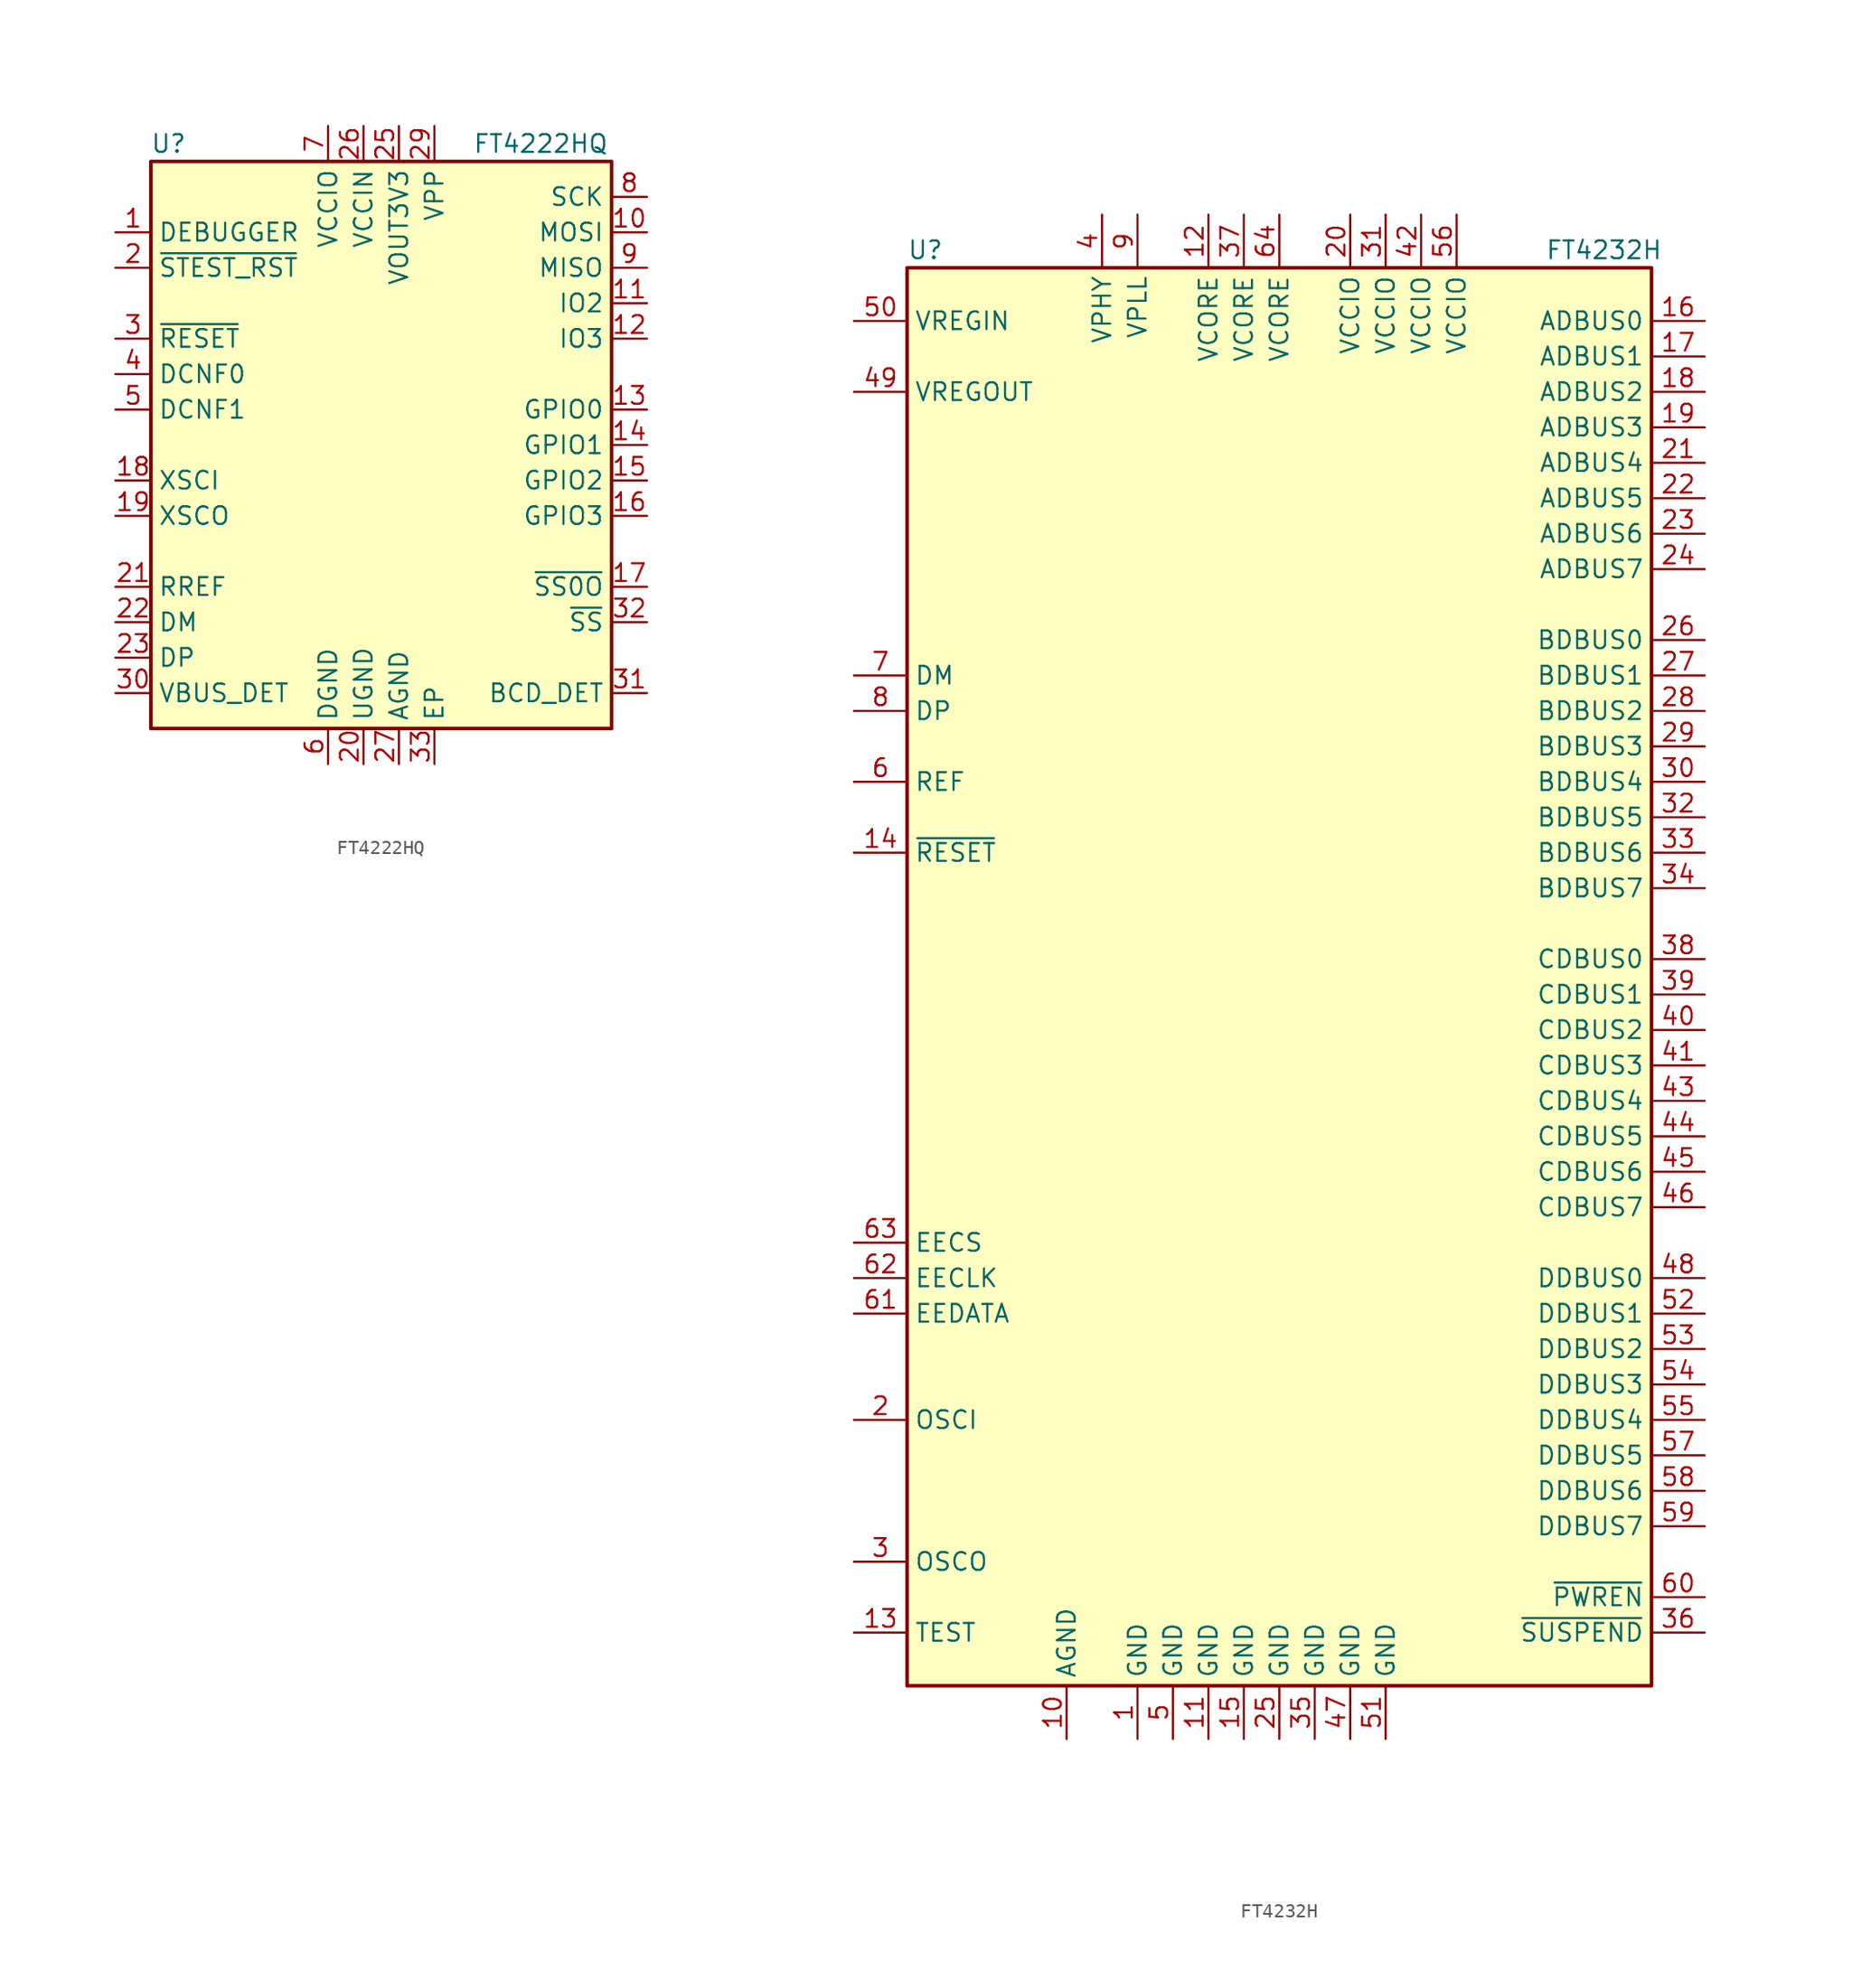
<source format=kicad_sym>
(kicad_symbol_lib
  (version 20220914)
  (generator kicad_symbol_editor)
  (symbol "FT4222HQ"
    (property "Reference" "U"
      (at -16.51 21.59 0)
      (effects (font (size 1.27 1.27))))
    (property "Value" "FT4222HQ"
      (at 10.16 21.59 0)
      (effects (font (size 1.27 1.27))))
    (symbol "FT4222HQ_0_1"
      (rectangle (start 15.24 20.32) (end -17.78 -20.32) (stroke (width 0.254) (type default)) (fill (type background))))
    (symbol "FT4222HQ_1_1"
      (pin bidirectional line (at -20.32 15.24 0) (length 2.54) (name "DEBUGGER" (effects (font (size 1.27 1.27)))) (number "1" (effects (font (size 1.27 1.27)))))
      (pin bidirectional line (at 17.78 15.24 180) (length 2.54) (name "MOSI" (effects (font (size 1.27 1.27)))) (number "10" (effects (font (size 1.27 1.27)))))
      (pin bidirectional line (at 17.78 10.16 180) (length 2.54) (name "IO2" (effects (font (size 1.27 1.27)))) (number "11" (effects (font (size 1.27 1.27)))))
      (pin bidirectional line (at 17.78 7.62 180) (length 2.54) (name "IO3" (effects (font (size 1.27 1.27)))) (number "12" (effects (font (size 1.27 1.27)))))
      (pin bidirectional line (at 17.78 2.54 180) (length 2.54) (name "GPIO0" (effects (font (size 1.27 1.27)))) (number "13" (effects (font (size 1.27 1.27)))))
      (pin bidirectional line (at 17.78 0 180) (length 2.54) (name "GPIO1" (effects (font (size 1.27 1.27)))) (number "14" (effects (font (size 1.27 1.27)))))
      (pin bidirectional line (at 17.78 -2.54 180) (length 2.54) (name "GPIO2" (effects (font (size 1.27 1.27)))) (number "15" (effects (font (size 1.27 1.27)))))
      (pin bidirectional line (at 17.78 -5.08 180) (length 2.54) (name "GPIO3" (effects (font (size 1.27 1.27)))) (number "16" (effects (font (size 1.27 1.27)))))
      (pin output line (at 17.78 -10.16 180) (length 2.54) (name "~{SS0O}" (effects (font (size 1.27 1.27)))) (number "17" (effects (font (size 1.27 1.27)))))
      (pin input line (at -20.32 -2.54 0) (length 2.54) (name "XSCI" (effects (font (size 1.27 1.27)))) (number "18" (effects (font (size 1.27 1.27)))))
      (pin output line (at -20.32 -5.08 0) (length 2.54) (name "XSCO" (effects (font (size 1.27 1.27)))) (number "19" (effects (font (size 1.27 1.27)))))
      (pin input line (at -20.32 12.7 0) (length 2.54) (name "~{STEST_RST}" (effects (font (size 1.27 1.27)))) (number "2" (effects (font (size 1.27 1.27)))))
      (pin power_in line (at -2.54 -22.86 90) (length 2.54) (name "UGND" (effects (font (size 1.27 1.27)))) (number "20" (effects (font (size 1.27 1.27)))))
      (pin input line (at -20.32 -10.16 0) (length 2.54) (name "RREF" (effects (font (size 1.27 1.27)))) (number "21" (effects (font (size 1.27 1.27)))))
      (pin bidirectional line (at -20.32 -12.7 0) (length 2.54) (name "DM" (effects (font (size 1.27 1.27)))) (number "22" (effects (font (size 1.27 1.27)))))
      (pin bidirectional line (at -20.32 -15.24 0) (length 2.54) (name "DP" (effects (font (size 1.27 1.27)))) (number "23" (effects (font (size 1.27 1.27)))))
      (pin passive line (at -2.54 -22.86 90) (length 2.54) hide (name "UGND" (effects (font (size 1.27 1.27)))) (number "24" (effects (font (size 1.27 1.27)))))
      (pin unspecified line (at 0 22.86 270) (length 2.54) (name "VOUT3V3" (effects (font (size 1.27 1.27)))) (number "25" (effects (font (size 1.27 1.27)))))
      (pin power_in line (at -2.54 22.86 270) (length 2.54) (name "VCCIN" (effects (font (size 1.27 1.27)))) (number "26" (effects (font (size 1.27 1.27)))))
      (pin power_in line (at 0 -22.86 90) (length 2.54) (name "AGND" (effects (font (size 1.27 1.27)))) (number "27" (effects (font (size 1.27 1.27)))))
      (pin passive line (at -5.08 -22.86 90) (length 2.54) hide (name "DGND" (effects (font (size 1.27 1.27)))) (number "28" (effects (font (size 1.27 1.27)))))
      (pin power_in line (at 2.54 22.86 270) (length 2.54) (name "VPP" (effects (font (size 1.27 1.27)))) (number "29" (effects (font (size 1.27 1.27)))))
      (pin input line (at -20.32 7.62 0) (length 2.54) (name "~{RESET}" (effects (font (size 1.27 1.27)))) (number "3" (effects (font (size 1.27 1.27)))))
      (pin input line (at -20.32 -17.78 0) (length 2.54) (name "VBUS_DET" (effects (font (size 1.27 1.27)))) (number "30" (effects (font (size 1.27 1.27)))))
      (pin output line (at 17.78 -17.78 180) (length 2.54) (name "BCD_DET" (effects (font (size 1.27 1.27)))) (number "31" (effects (font (size 1.27 1.27)))))
      (pin input line (at 17.78 -12.7 180) (length 2.54) (name "~{SS}" (effects (font (size 1.27 1.27)))) (number "32" (effects (font (size 1.27 1.27)))))
      (pin power_in line (at 2.54 -22.86 90) (length 2.54) (name "EP" (effects (font (size 1.27 1.27)))) (number "33" (effects (font (size 1.27 1.27)))))
      (pin input line (at -20.32 5.08 0) (length 2.54) (name "DCNF0" (effects (font (size 1.27 1.27)))) (number "4" (effects (font (size 1.27 1.27)))))
      (pin input line (at -20.32 2.54 0) (length 2.54) (name "DCNF1" (effects (font (size 1.27 1.27)))) (number "5" (effects (font (size 1.27 1.27)))))
      (pin power_in line (at -5.08 -22.86 90) (length 2.54) (name "DGND" (effects (font (size 1.27 1.27)))) (number "6" (effects (font (size 1.27 1.27)))))
      (pin power_in line (at -5.08 22.86 270) (length 2.54) (name "VCCIO" (effects (font (size 1.27 1.27)))) (number "7" (effects (font (size 1.27 1.27)))))
      (pin bidirectional line (at 17.78 17.78 180) (length 2.54) (name "SCK" (effects (font (size 1.27 1.27)))) (number "8" (effects (font (size 1.27 1.27)))))
      (pin bidirectional line (at 17.78 12.7 180) (length 2.54) (name "MISO" (effects (font (size 1.27 1.27)))) (number "9" (effects (font (size 1.27 1.27)))))))
  (symbol "FT4232H"
    (property "Reference" "U"
      (at -26.67 53.34 0)
      (effects (font (size 1.27 1.27)) (justify left)))
    (property "Value" "FT4232H"
      (at 19.05 53.34 0)
      (effects (font (size 1.27 1.27)) (justify left)))
    (symbol "FT4232H_0_1"
      (rectangle (start -26.67 -49.53) (end 26.67 52.07) (stroke (width 0.254) (type default)) (fill (type background))))
    (symbol "FT4232H_1_1"
      (pin power_in line (at -10.16 -53.34 90) (length 3.81) (name "GND" (effects (font (size 1.27 1.27)))) (number "1" (effects (font (size 1.27 1.27)))))
      (pin power_in line (at -15.24 -53.34 90) (length 3.81) (name "AGND" (effects (font (size 1.27 1.27)))) (number "10" (effects (font (size 1.27 1.27)))))
      (pin power_in line (at -5.08 -53.34 90) (length 3.81) (name "GND" (effects (font (size 1.27 1.27)))) (number "11" (effects (font (size 1.27 1.27)))))
      (pin power_in line (at -5.08 55.88 270) (length 3.81) (name "VCORE" (effects (font (size 1.27 1.27)))) (number "12" (effects (font (size 1.27 1.27)))))
      (pin input line (at -30.48 -45.72 0) (length 3.81) (name "TEST" (effects (font (size 1.27 1.27)))) (number "13" (effects (font (size 1.27 1.27)))))
      (pin input line (at -30.48 10.16 0) (length 3.81) (name "~{RESET}" (effects (font (size 1.27 1.27)))) (number "14" (effects (font (size 1.27 1.27)))))
      (pin power_in line (at -2.54 -53.34 90) (length 3.81) (name "GND" (effects (font (size 1.27 1.27)))) (number "15" (effects (font (size 1.27 1.27)))))
      (pin bidirectional line (at 30.48 48.26 180) (length 3.81) (name "ADBUS0" (effects (font (size 1.27 1.27)))) (number "16" (effects (font (size 1.27 1.27)))))
      (pin bidirectional line (at 30.48 45.72 180) (length 3.81) (name "ADBUS1" (effects (font (size 1.27 1.27)))) (number "17" (effects (font (size 1.27 1.27)))))
      (pin bidirectional line (at 30.48 43.18 180) (length 3.81) (name "ADBUS2" (effects (font (size 1.27 1.27)))) (number "18" (effects (font (size 1.27 1.27)))))
      (pin bidirectional line (at 30.48 40.64 180) (length 3.81) (name "ADBUS3" (effects (font (size 1.27 1.27)))) (number "19" (effects (font (size 1.27 1.27)))))
      (pin input line (at -30.48 -30.48 0) (length 3.81) (name "OSCI" (effects (font (size 1.27 1.27)))) (number "2" (effects (font (size 1.27 1.27)))))
      (pin power_in line (at 5.08 55.88 270) (length 3.81) (name "VCCIO" (effects (font (size 1.27 1.27)))) (number "20" (effects (font (size 1.27 1.27)))))
      (pin bidirectional line (at 30.48 38.1 180) (length 3.81) (name "ADBUS4" (effects (font (size 1.27 1.27)))) (number "21" (effects (font (size 1.27 1.27)))))
      (pin bidirectional line (at 30.48 35.56 180) (length 3.81) (name "ADBUS5" (effects (font (size 1.27 1.27)))) (number "22" (effects (font (size 1.27 1.27)))))
      (pin bidirectional line (at 30.48 33.02 180) (length 3.81) (name "ADBUS6" (effects (font (size 1.27 1.27)))) (number "23" (effects (font (size 1.27 1.27)))))
      (pin bidirectional line (at 30.48 30.48 180) (length 3.81) (name "ADBUS7" (effects (font (size 1.27 1.27)))) (number "24" (effects (font (size 1.27 1.27)))))
      (pin power_in line (at 0 -53.34 90) (length 3.81) (name "GND" (effects (font (size 1.27 1.27)))) (number "25" (effects (font (size 1.27 1.27)))))
      (pin bidirectional line (at 30.48 25.4 180) (length 3.81) (name "BDBUS0" (effects (font (size 1.27 1.27)))) (number "26" (effects (font (size 1.27 1.27)))))
      (pin bidirectional line (at 30.48 22.86 180) (length 3.81) (name "BDBUS1" (effects (font (size 1.27 1.27)))) (number "27" (effects (font (size 1.27 1.27)))))
      (pin bidirectional line (at 30.48 20.32 180) (length 3.81) (name "BDBUS2" (effects (font (size 1.27 1.27)))) (number "28" (effects (font (size 1.27 1.27)))))
      (pin bidirectional line (at 30.48 17.78 180) (length 3.81) (name "BDBUS3" (effects (font (size 1.27 1.27)))) (number "29" (effects (font (size 1.27 1.27)))))
      (pin output line (at -30.48 -40.64 0) (length 3.81) (name "OSCO" (effects (font (size 1.27 1.27)))) (number "3" (effects (font (size 1.27 1.27)))))
      (pin bidirectional line (at 30.48 15.24 180) (length 3.81) (name "BDBUS4" (effects (font (size 1.27 1.27)))) (number "30" (effects (font (size 1.27 1.27)))))
      (pin power_in line (at 7.62 55.88 270) (length 3.81) (name "VCCIO" (effects (font (size 1.27 1.27)))) (number "31" (effects (font (size 1.27 1.27)))))
      (pin bidirectional line (at 30.48 12.7 180) (length 3.81) (name "BDBUS5" (effects (font (size 1.27 1.27)))) (number "32" (effects (font (size 1.27 1.27)))))
      (pin bidirectional line (at 30.48 10.16 180) (length 3.81) (name "BDBUS6" (effects (font (size 1.27 1.27)))) (number "33" (effects (font (size 1.27 1.27)))))
      (pin bidirectional line (at 30.48 7.62 180) (length 3.81) (name "BDBUS7" (effects (font (size 1.27 1.27)))) (number "34" (effects (font (size 1.27 1.27)))))
      (pin power_in line (at 2.54 -53.34 90) (length 3.81) (name "GND" (effects (font (size 1.27 1.27)))) (number "35" (effects (font (size 1.27 1.27)))))
      (pin output line (at 30.48 -45.72 180) (length 3.81) (name "~{SUSPEND}" (effects (font (size 1.27 1.27)))) (number "36" (effects (font (size 1.27 1.27)))))
      (pin power_in line (at -2.54 55.88 270) (length 3.81) (name "VCORE" (effects (font (size 1.27 1.27)))) (number "37" (effects (font (size 1.27 1.27)))))
      (pin bidirectional line (at 30.48 2.54 180) (length 3.81) (name "CDBUS0" (effects (font (size 1.27 1.27)))) (number "38" (effects (font (size 1.27 1.27)))))
      (pin bidirectional line (at 30.48 0 180) (length 3.81) (name "CDBUS1" (effects (font (size 1.27 1.27)))) (number "39" (effects (font (size 1.27 1.27)))))
      (pin power_in line (at -12.7 55.88 270) (length 3.81) (name "VPHY" (effects (font (size 1.27 1.27)))) (number "4" (effects (font (size 1.27 1.27)))))
      (pin bidirectional line (at 30.48 -2.54 180) (length 3.81) (name "CDBUS2" (effects (font (size 1.27 1.27)))) (number "40" (effects (font (size 1.27 1.27)))))
      (pin bidirectional line (at 30.48 -5.08 180) (length 3.81) (name "CDBUS3" (effects (font (size 1.27 1.27)))) (number "41" (effects (font (size 1.27 1.27)))))
      (pin power_in line (at 10.16 55.88 270) (length 3.81) (name "VCCIO" (effects (font (size 1.27 1.27)))) (number "42" (effects (font (size 1.27 1.27)))))
      (pin bidirectional line (at 30.48 -7.62 180) (length 3.81) (name "CDBUS4" (effects (font (size 1.27 1.27)))) (number "43" (effects (font (size 1.27 1.27)))))
      (pin bidirectional line (at 30.48 -10.16 180) (length 3.81) (name "CDBUS5" (effects (font (size 1.27 1.27)))) (number "44" (effects (font (size 1.27 1.27)))))
      (pin bidirectional line (at 30.48 -12.7 180) (length 3.81) (name "CDBUS6" (effects (font (size 1.27 1.27)))) (number "45" (effects (font (size 1.27 1.27)))))
      (pin bidirectional line (at 30.48 -15.24 180) (length 3.81) (name "CDBUS7" (effects (font (size 1.27 1.27)))) (number "46" (effects (font (size 1.27 1.27)))))
      (pin power_in line (at 5.08 -53.34 90) (length 3.81) (name "GND" (effects (font (size 1.27 1.27)))) (number "47" (effects (font (size 1.27 1.27)))))
      (pin bidirectional line (at 30.48 -20.32 180) (length 3.81) (name "DDBUS0" (effects (font (size 1.27 1.27)))) (number "48" (effects (font (size 1.27 1.27)))))
      (pin power_out line (at -30.48 43.18 0) (length 3.81) (name "VREGOUT" (effects (font (size 1.27 1.27)))) (number "49" (effects (font (size 1.27 1.27)))))
      (pin power_in line (at -7.62 -53.34 90) (length 3.81) (name "GND" (effects (font (size 1.27 1.27)))) (number "5" (effects (font (size 1.27 1.27)))))
      (pin power_in line (at -30.48 48.26 0) (length 3.81) (name "VREGIN" (effects (font (size 1.27 1.27)))) (number "50" (effects (font (size 1.27 1.27)))))
      (pin power_in line (at 7.62 -53.34 90) (length 3.81) (name "GND" (effects (font (size 1.27 1.27)))) (number "51" (effects (font (size 1.27 1.27)))))
      (pin bidirectional line (at 30.48 -22.86 180) (length 3.81) (name "DDBUS1" (effects (font (size 1.27 1.27)))) (number "52" (effects (font (size 1.27 1.27)))))
      (pin bidirectional line (at 30.48 -25.4 180) (length 3.81) (name "DDBUS2" (effects (font (size 1.27 1.27)))) (number "53" (effects (font (size 1.27 1.27)))))
      (pin bidirectional line (at 30.48 -27.94 180) (length 3.81) (name "DDBUS3" (effects (font (size 1.27 1.27)))) (number "54" (effects (font (size 1.27 1.27)))))
      (pin bidirectional line (at 30.48 -30.48 180) (length 3.81) (name "DDBUS4" (effects (font (size 1.27 1.27)))) (number "55" (effects (font (size 1.27 1.27)))))
      (pin power_in line (at 12.7 55.88 270) (length 3.81) (name "VCCIO" (effects (font (size 1.27 1.27)))) (number "56" (effects (font (size 1.27 1.27)))))
      (pin bidirectional line (at 30.48 -33.02 180) (length 3.81) (name "DDBUS5" (effects (font (size 1.27 1.27)))) (number "57" (effects (font (size 1.27 1.27)))))
      (pin bidirectional line (at 30.48 -35.56 180) (length 3.81) (name "DDBUS6" (effects (font (size 1.27 1.27)))) (number "58" (effects (font (size 1.27 1.27)))))
      (pin bidirectional line (at 30.48 -38.1 180) (length 3.81) (name "DDBUS7" (effects (font (size 1.27 1.27)))) (number "59" (effects (font (size 1.27 1.27)))))
      (pin input line (at -30.48 15.24 0) (length 3.81) (name "REF" (effects (font (size 1.27 1.27)))) (number "6" (effects (font (size 1.27 1.27)))))
      (pin output line (at 30.48 -43.18 180) (length 3.81) (name "~{PWREN}" (effects (font (size 1.27 1.27)))) (number "60" (effects (font (size 1.27 1.27)))))
      (pin bidirectional line (at -30.48 -22.86 0) (length 3.81) (name "EEDATA" (effects (font (size 1.27 1.27)))) (number "61" (effects (font (size 1.27 1.27)))))
      (pin output line (at -30.48 -20.32 0) (length 3.81) (name "EECLK" (effects (font (size 1.27 1.27)))) (number "62" (effects (font (size 1.27 1.27)))))
      (pin output line (at -30.48 -17.78 0) (length 3.81) (name "EECS" (effects (font (size 1.27 1.27)))) (number "63" (effects (font (size 1.27 1.27)))))
      (pin power_in line (at 0 55.88 270) (length 3.81) (name "VCORE" (effects (font (size 1.27 1.27)))) (number "64" (effects (font (size 1.27 1.27)))))
      (pin bidirectional line (at -30.48 22.86 0) (length 3.81) (name "DM" (effects (font (size 1.27 1.27)))) (number "7" (effects (font (size 1.27 1.27)))))
      (pin bidirectional line (at -30.48 20.32 0) (length 3.81) (name "DP" (effects (font (size 1.27 1.27)))) (number "8" (effects (font (size 1.27 1.27)))))
      (pin power_in line (at -10.16 55.88 270) (length 3.81) (name "VPLL" (effects (font (size 1.27 1.27)))) (number "9" (effects (font (size 1.27 1.27))))))))
</source>
